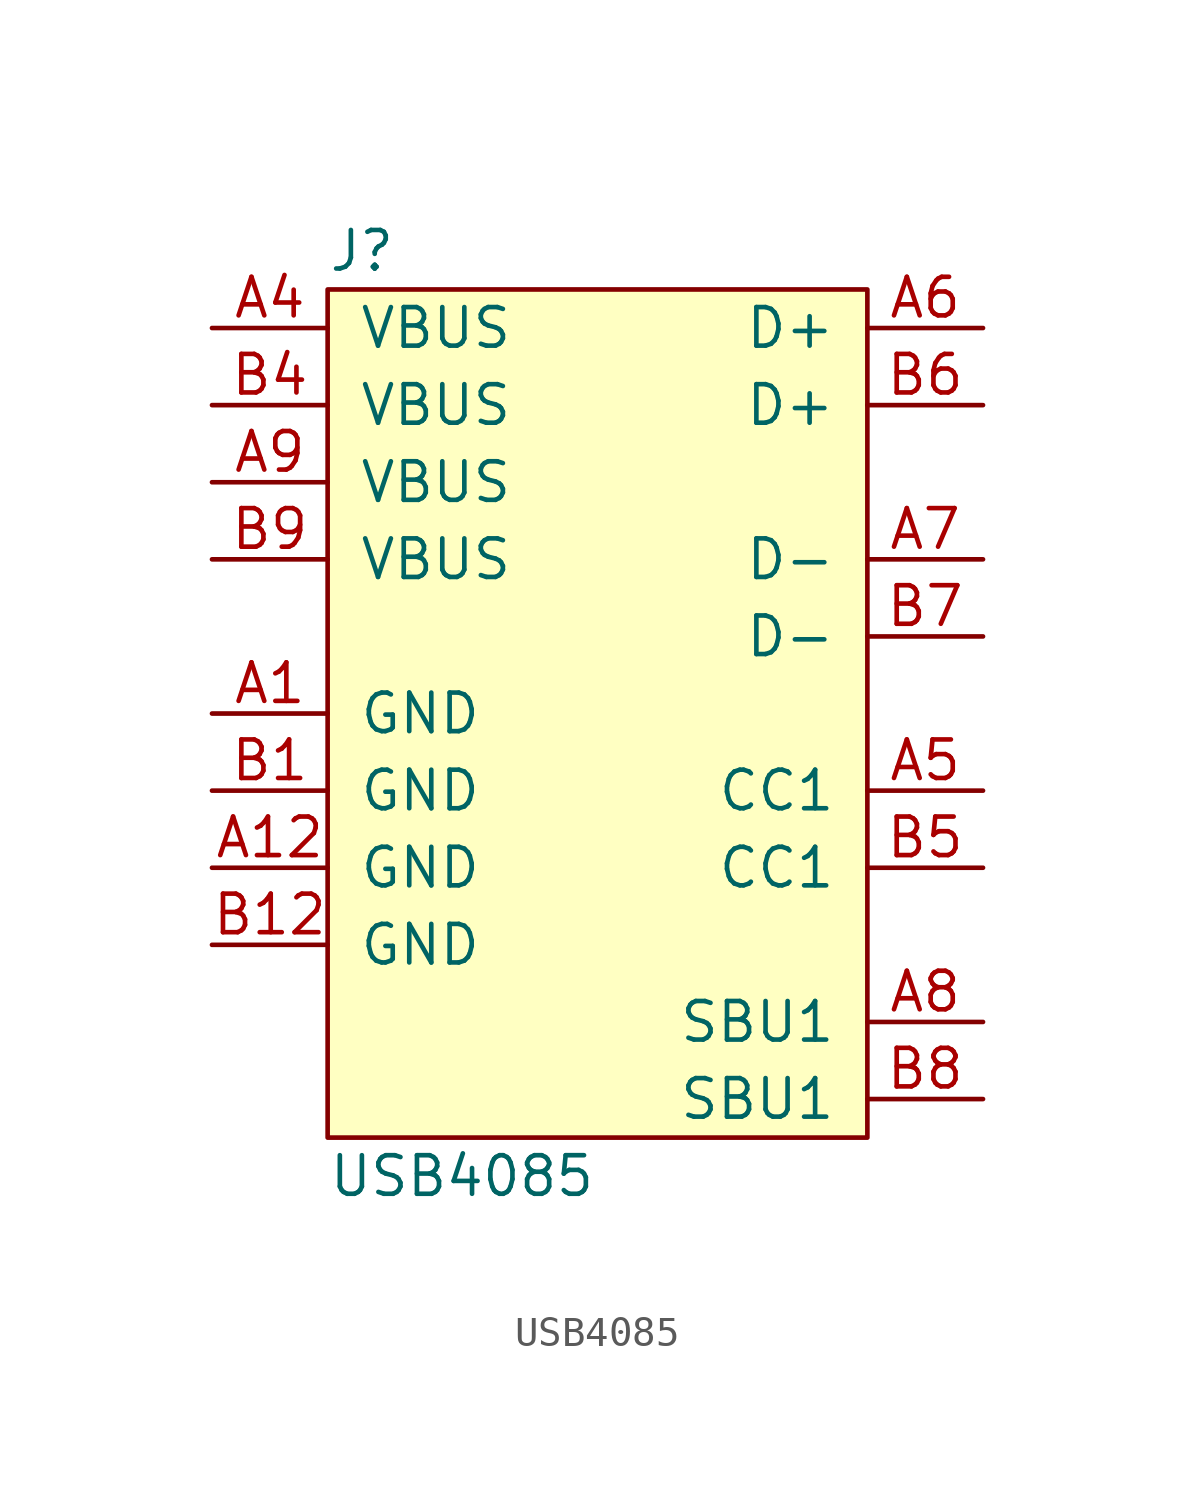
<source format=kicad_sym>
(kicad_symbol_lib
  (version 20211014)
  (generator agg_kicad.build_lib_ic)
  (symbol "USB4085"
    (pin_names
      (offset 1.016))
    (property Reference J
      (at -8.89 15.24 0)
      (effects (font (size 1.27 1.27)) (justify left)))
    (property Value "USB4085"
      (at -8.89 -15.24 0)
      (effects (font (size 1.27 1.27)) (justify left)))
    (symbol "USB4085_0_0"
      (rectangle (start -8.89 13.97) (end 8.89 -13.97) (stroke (width 0) (type default) (color 0 0 0 0)) (fill (type background)))
      (pin passive line (at -12.7 12.7 0) (length 3.81) (name VBUS (effects (font (size 1.27 1.27)))) (number "A4" (effects (font (size 1.27 1.27)))))
      (pin passive line (at -12.7 10.16 0) (length 3.81) (name VBUS (effects (font (size 1.27 1.27)))) (number "B4" (effects (font (size 1.27 1.27)))))
      (pin passive line (at -12.7 7.62 0) (length 3.81) (name VBUS (effects (font (size 1.27 1.27)))) (number "A9" (effects (font (size 1.27 1.27)))))
      (pin passive line (at -12.7 5.08 0) (length 3.81) (name VBUS (effects (font (size 1.27 1.27)))) (number "B9" (effects (font (size 1.27 1.27)))))
      (pin passive line (at -12.7 0 0) (length 3.81) (name GND (effects (font (size 1.27 1.27)))) (number "A1" (effects (font (size 1.27 1.27)))))
      (pin passive line (at -12.7 -2.54 0) (length 3.81) (name GND (effects (font (size 1.27 1.27)))) (number "B1" (effects (font (size 1.27 1.27)))))
      (pin passive line (at -12.7 -5.08 0) (length 3.81) (name GND (effects (font (size 1.27 1.27)))) (number "A12" (effects (font (size 1.27 1.27)))))
      (pin passive line (at -12.7 -7.62 0) (length 3.81) (name GND (effects (font (size 1.27 1.27)))) (number "B12" (effects (font (size 1.27 1.27)))))
      (pin passive line (at 12.7 12.7 180) (length 3.81) (name "D+" (effects (font (size 1.27 1.27)))) (number "A6" (effects (font (size 1.27 1.27)))))
      (pin passive line (at 12.7 10.16 180) (length 3.81) (name "D+" (effects (font (size 1.27 1.27)))) (number "B6" (effects (font (size 1.27 1.27)))))
      (pin passive line (at 12.7 5.08 180) (length 3.81) (name "D-" (effects (font (size 1.27 1.27)))) (number "A7" (effects (font (size 1.27 1.27)))))
      (pin passive line (at 12.7 2.54 180) (length 3.81) (name "D-" (effects (font (size 1.27 1.27)))) (number "B7" (effects (font (size 1.27 1.27)))))
      (pin passive line (at 12.7 -2.54 180) (length 3.81) (name "CC1" (effects (font (size 1.27 1.27)))) (number "A5" (effects (font (size 1.27 1.27)))))
      (pin passive line (at 12.7 -5.08 180) (length 3.81) (name "CC1" (effects (font (size 1.27 1.27)))) (number "B5" (effects (font (size 1.27 1.27)))))
      (pin passive line (at 12.7 -10.16 180) (length 3.81) (name "SBU1" (effects (font (size 1.27 1.27)))) (number "A8" (effects (font (size 1.27 1.27)))))
      (pin passive line (at 12.7 -12.7 180) (length 3.81) (name "SBU1" (effects (font (size 1.27 1.27)))) (number "B8" (effects (font (size 1.27 1.27))))))))
</source>
